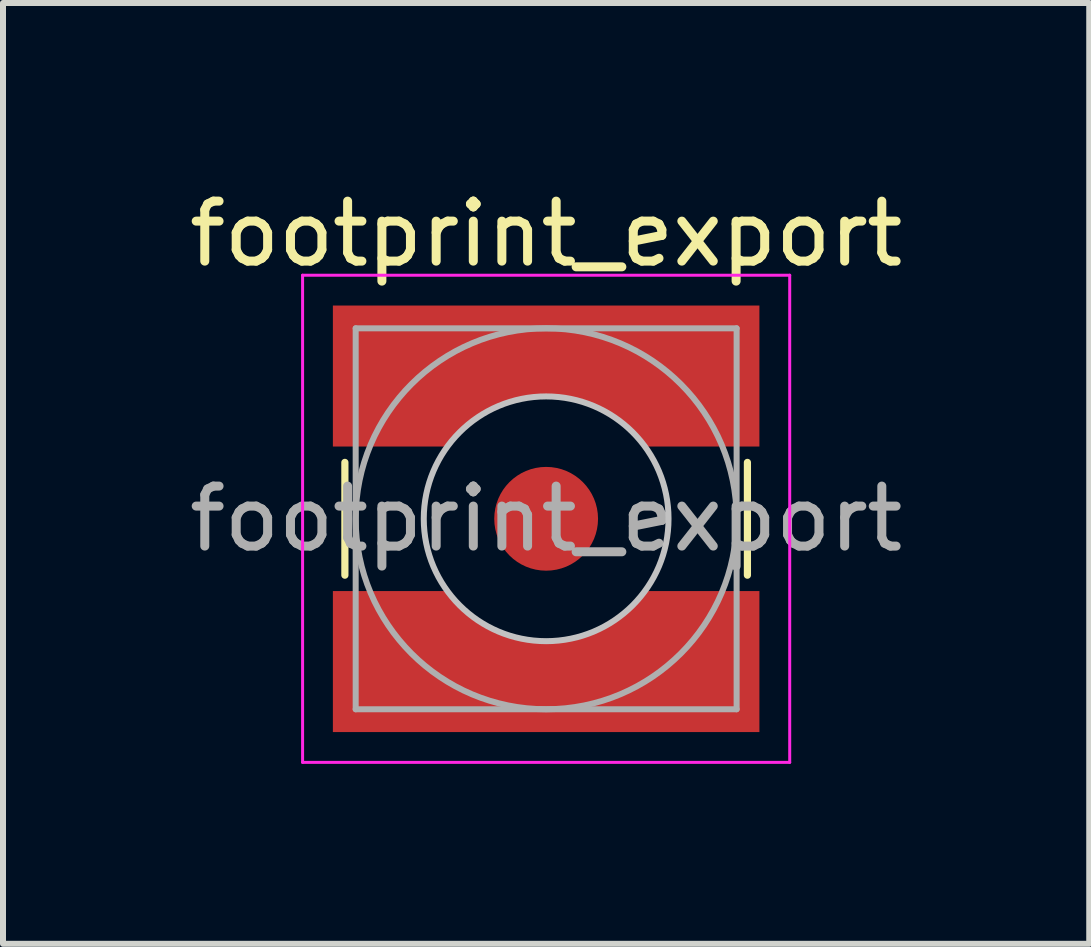
<source format=kicad_pcb>
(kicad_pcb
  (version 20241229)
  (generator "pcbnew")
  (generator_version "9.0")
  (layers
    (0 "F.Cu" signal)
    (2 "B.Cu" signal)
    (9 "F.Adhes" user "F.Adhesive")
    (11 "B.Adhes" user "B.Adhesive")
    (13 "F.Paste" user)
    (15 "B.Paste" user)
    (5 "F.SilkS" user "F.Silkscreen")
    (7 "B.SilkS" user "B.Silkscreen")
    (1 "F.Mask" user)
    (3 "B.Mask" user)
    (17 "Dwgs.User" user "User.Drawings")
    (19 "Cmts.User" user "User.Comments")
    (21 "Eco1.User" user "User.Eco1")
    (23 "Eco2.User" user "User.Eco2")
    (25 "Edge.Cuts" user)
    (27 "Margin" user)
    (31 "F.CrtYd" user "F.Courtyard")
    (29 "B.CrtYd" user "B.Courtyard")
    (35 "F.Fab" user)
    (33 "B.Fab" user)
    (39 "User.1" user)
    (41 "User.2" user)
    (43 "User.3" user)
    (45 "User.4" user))
  (footprint "footprint_export"
    (layer "F.Cu")
    (at 6.054 5.598)
    (property "Reference" "footprint_export" (at 0 -4.75 0) (layer "F.SilkS") (effects (font (size 1 1) (thickness 0.15))))
    (attr smd)
    (fp_line (start -3.355 -0.94) (end -3.355 0.94) (stroke (width 0.12) (type solid)) (layer "F.SilkS"))
    (fp_line (start 3.355 -0.94) (end 3.355 0.94) (stroke (width 0.12) (type solid)) (layer "F.SilkS"))
    (fp_circle (center 0 0) (end 2.04 0) (stroke (width 0.1) (type solid)) (fill no) (layer "Dwgs.User"))
    (fp_line (start -4.06 -4.06) (end -4.06 4.06) (stroke (width 0.05) (type solid)) (layer "F.CrtYd"))
    (fp_line (start -4.06 -4.06) (end 4.06 -4.06) (stroke (width 0.05) (type solid)) (layer "F.CrtYd"))
    (fp_line (start 4.06 4.06) (end -4.06 4.06) (stroke (width 0.05) (type solid)) (layer "F.CrtYd"))
    (fp_line (start 4.06 4.06) (end 4.06 -4.06) (stroke (width 0.05) (type solid)) (layer "F.CrtYd"))
    (fp_line (start -3.175 -3.175) (end -3.175 3.175) (stroke (width 0.1) (type solid)) (layer "F.Fab"))
    (fp_line (start -3.175 -3.175) (end 3.175 -3.175) (stroke (width 0.1) (type solid)) (layer "F.Fab"))
    (fp_line (start -3.175 3.175) (end 3.175 3.175) (stroke (width 0.1) (type solid)) (layer "F.Fab"))
    (fp_line (start 3.175 -3.175) (end 3.175 3.175) (stroke (width 0.1) (type solid)) (layer "F.Fab"))
    (fp_circle (center 0 0) (end 3.175 0) (stroke (width 0.1) (type solid)) (fill no) (layer "F.Fab"))
    (fp_text user "${REFERENCE}" (at 0 0 0) (layer "F.Fab") (effects (font (size 1 1) (thickness 0.15))))
    (pad "1" smd circle (at 0 0 90) (size 1.73 1.73) (layers "F.Cu" "F.Mask" "F.Paste"))
    (pad "2" smd custom (at 0 -2.8 180) (size 7.11 1.51) (layers "F.Cu" "F.Mask" "F.Paste") (options (anchor rect)) (primitives (gr_poly (pts (xy -1.5 -1.42) (xy -1.36 -1.28) (xy -1.205 -1.155) (xy -1.035 -1.045) (xy -0.86 -0.95) (xy -0.675 -0.875) (xy -0.48 -0.82) (xy -0.28 -0.78) (xy -0.085 -0.765) (xy 0 -0.765) (xy 0 0.755) (xy -3.555 0.755) (xy -3.555 -1.595) (xy -1.645 -1.595)) (width 0) (fill yes)) (gr_poly (pts (xy 3.555 0.755) (xy 0 0.755) (xy 0 -0.765) (xy 0.085 -0.765) (xy 0.28 -0.78) (xy 0.48 -0.82) (xy 0.675 -0.875) (xy 0.86 -0.95) (xy 1.035 -1.045) (xy 1.205 -1.155) (xy 1.36 -1.28) (xy 1.5 -1.42) (xy 1.645 -1.595) (xy 3.555 -1.595)) (width 0) (fill yes))))
    (pad "2" smd custom (at 0 2.8) (size 7.11 1.51) (layers "F.Cu" "F.Mask" "F.Paste") (options (anchor rect)) (primitives (gr_poly (pts (xy -1.5 -1.42) (xy -1.36 -1.28) (xy -1.205 -1.155) (xy -1.035 -1.045) (xy -0.86 -0.95) (xy -0.675 -0.875) (xy -0.48 -0.82) (xy -0.28 -0.78) (xy -0.085 -0.765) (xy 0 -0.765) (xy 0 0.755) (xy -3.555 0.755) (xy -3.555 -1.595) (xy -1.645 -1.595)) (width 0) (fill yes)) (gr_poly (pts (xy 3.555 0.755) (xy 0 0.755) (xy 0 -0.765) (xy 0.085 -0.765) (xy 0.28 -0.78) (xy 0.48 -0.82) (xy 0.675 -0.875) (xy 0.86 -0.95) (xy 1.035 -1.045) (xy 1.205 -1.155) (xy 1.36 -1.28) (xy 1.5 -1.42) (xy 1.645 -1.595) (xy 3.555 -1.595)) (width 0) (fill yes)))))
  (gr_rect
    (start -3 -3)
    (end 15.107 12.683)
    (stroke (width 0.1) (type default))
    (fill no)
    (layer "Edge.Cuts")))
</source>
